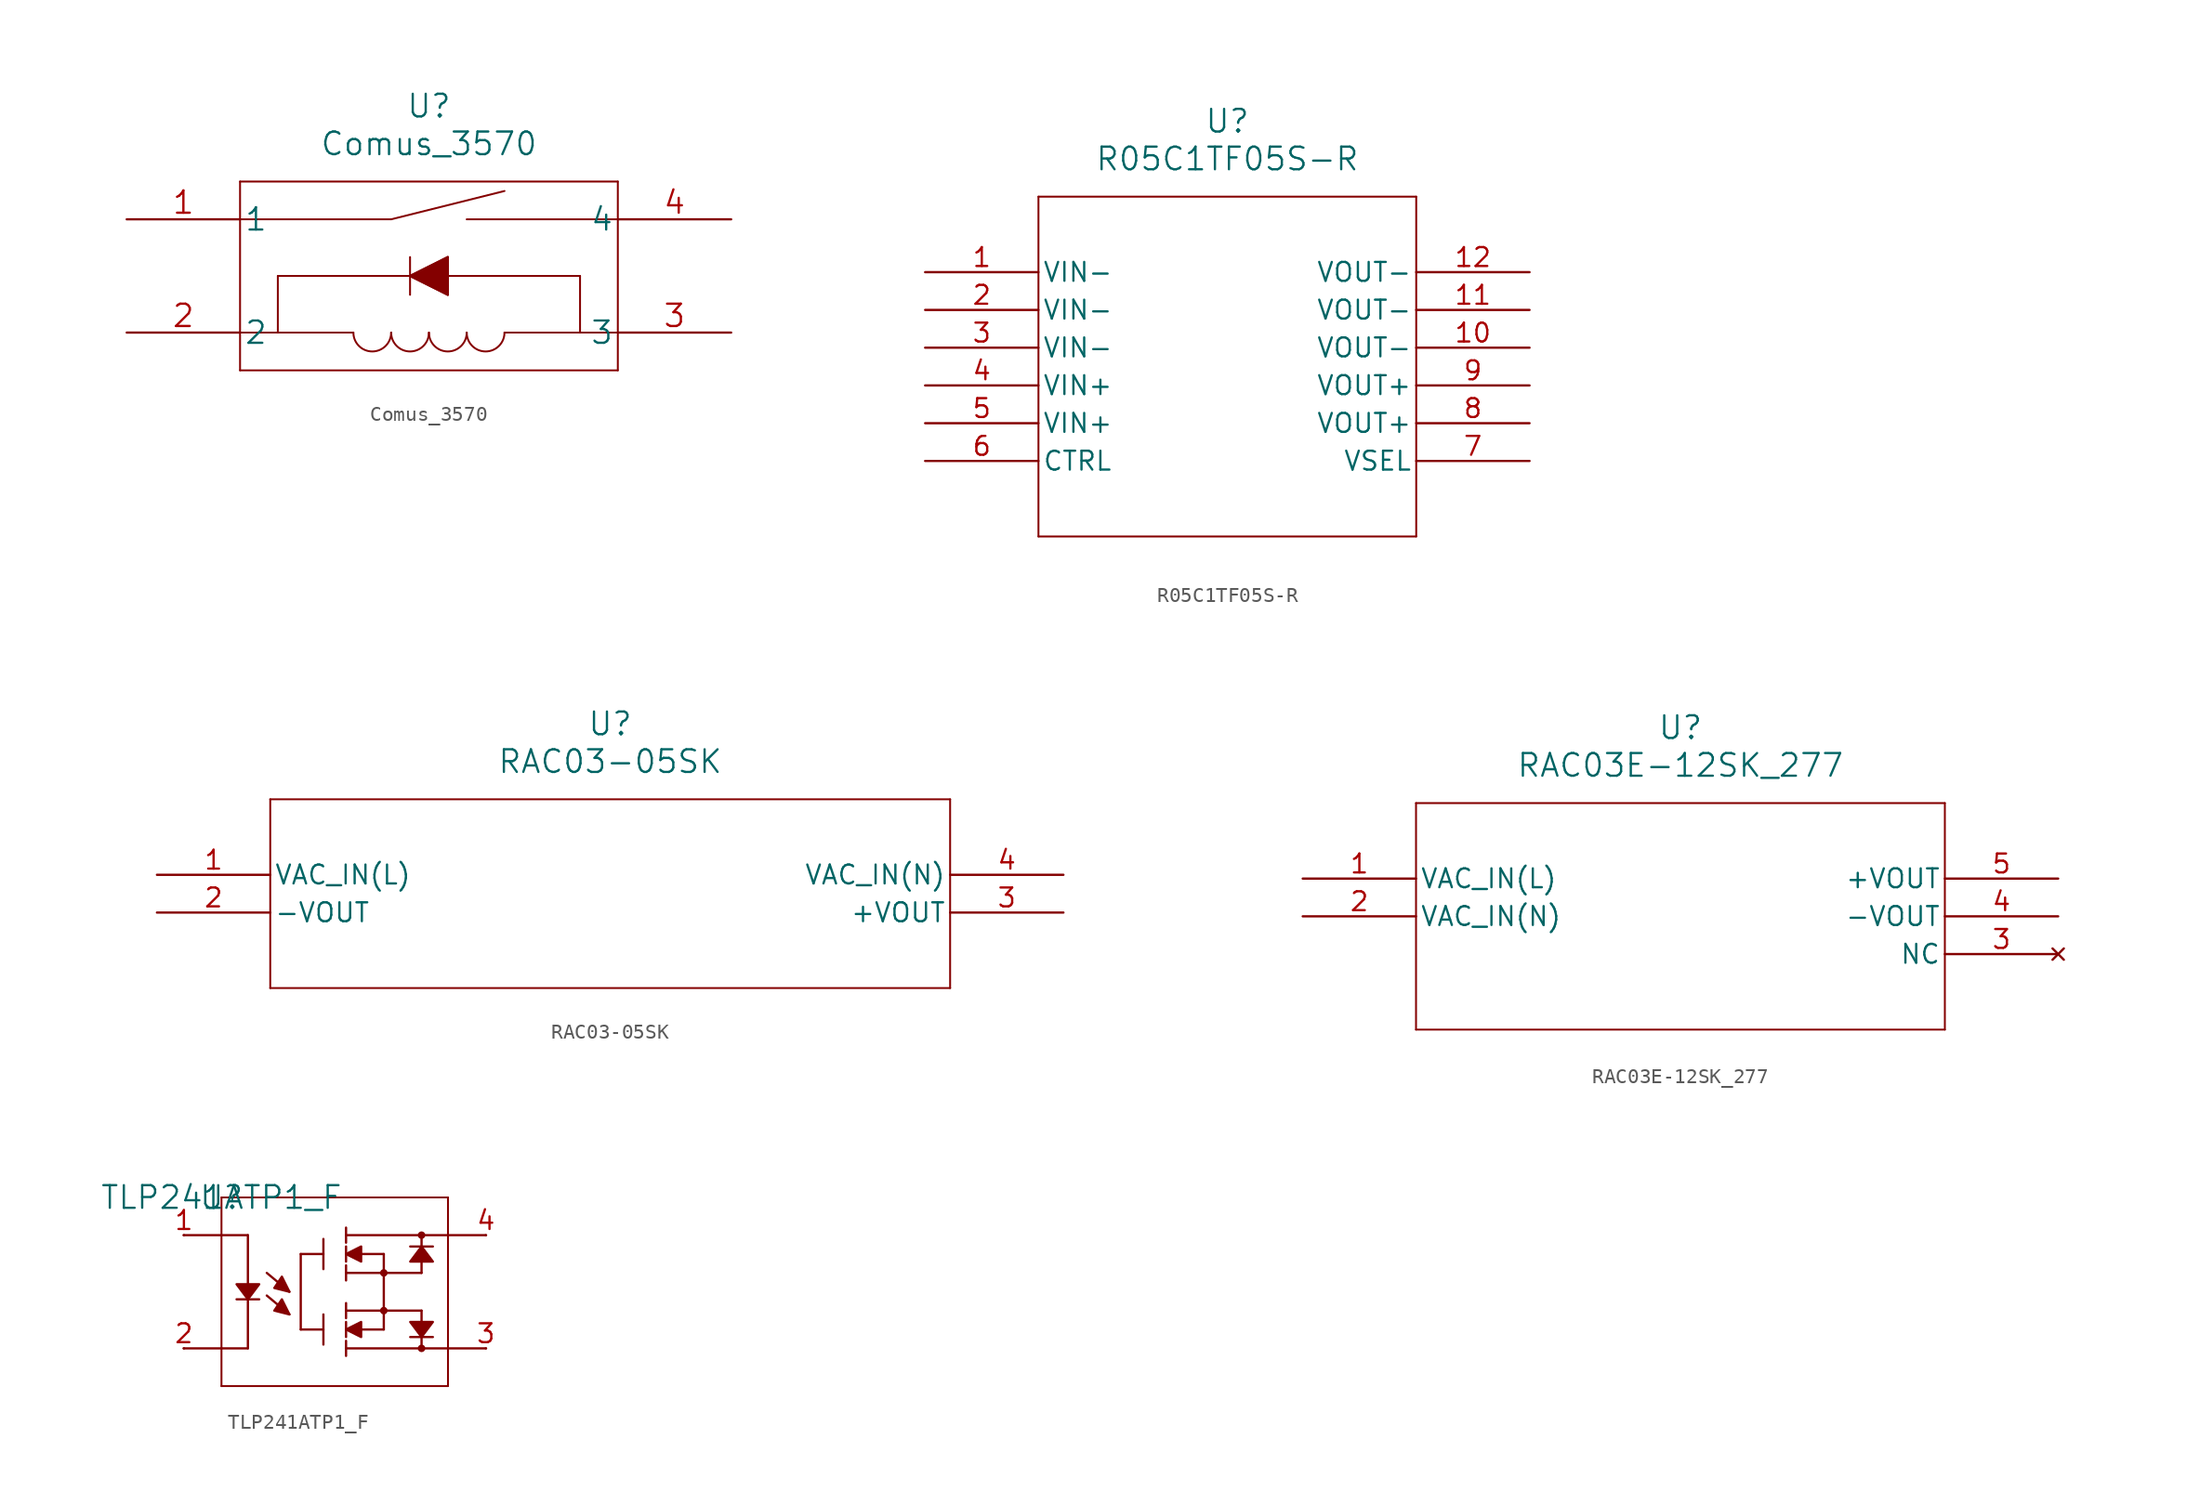
<source format=kicad_sym>
(kicad_symbol_lib
  (version 20211014)
  (generator kicad_symbol_editor)
  (symbol "Comus_3570"
    (pin_names
      (offset 0.254))
    (property "Reference" "U"
      (at 20.32 10.16 0)
      (effects (font (size 1.524 1.524))))
    (property "Value" "Comus_3570"
      (at 20.32 7.62 0)
      (effects (font (size 1.524 1.524))))
    (property "Datasheet" ""
      (at 0 0 0)
      (effects (font (size 1.524 1.524))))
    (symbol "Comus_3570_1_1"
      (polyline (pts (xy 7.62 -7.62) (xy 33.02 -7.62)) (stroke (width 0.127) (type default) (color 0 0 0 0)) (fill (type none)))
      (polyline (pts (xy 7.62 -5.08) (xy 15.24 -5.08)) (stroke (width 0.127) (type default) (color 0 0 0 0)) (fill (type none)))
      (polyline (pts (xy 7.62 2.54) (xy 17.78 2.54)) (stroke (width 0.127) (type default) (color 0 0 0 0)) (fill (type none)))
      (polyline (pts (xy 7.62 5.08) (xy 7.62 -7.62)) (stroke (width 0.127) (type default) (color 0 0 0 0)) (fill (type none)))
      (polyline (pts (xy 10.16 -5.08) (xy 10.16 -1.27)) (stroke (width 0.127) (type default) (color 0 0 0 0)) (fill (type none)))
      (polyline (pts (xy 17.78 2.54) (xy 25.4 4.445)) (stroke (width 0.127) (type default) (color 0 0 0 0)) (fill (type none)))
      (polyline (pts (xy 19.05 -1.27) (xy 10.16 -1.27)) (stroke (width 0.127) (type default) (color 0 0 0 0)) (fill (type none)))
      (polyline (pts (xy 19.05 0) (xy 19.05 -2.54)) (stroke (width 0.127) (type default) (color 0 0 0 0)) (fill (type none)))
      (polyline (pts (xy 21.59 -2.54) (xy 19.05 -1.27)) (stroke (width 0.127) (type default) (color 0 0 0 0)) (fill (type none)))
      (polyline (pts (xy 21.59 0) (xy 19.05 -1.27)) (stroke (width 0.127) (type default) (color 0 0 0 0)) (fill (type none)))
      (polyline (pts (xy 21.59 0) (xy 21.59 -2.54)) (stroke (width 0.127) (type default) (color 0 0 0 0)) (fill (type none)))
      (polyline (pts (xy 30.48 -5.08) (xy 30.48 -1.27)) (stroke (width 0.127) (type default) (color 0 0 0 0)) (fill (type none)))
      (polyline (pts (xy 30.48 -1.27) (xy 21.59 -1.27)) (stroke (width 0.127) (type default) (color 0 0 0 0)) (fill (type none)))
      (polyline (pts (xy 33.02 -7.62) (xy 33.02 5.08)) (stroke (width 0.127) (type default) (color 0 0 0 0)) (fill (type none)))
      (polyline (pts (xy 33.02 -5.08) (xy 25.4 -5.08)) (stroke (width 0.127) (type default) (color 0 0 0 0)) (fill (type none)))
      (polyline (pts (xy 33.02 2.54) (xy 22.86 2.54)) (stroke (width 0.127) (type default) (color 0 0 0 0)) (fill (type none)))
      (polyline (pts (xy 33.02 5.08) (xy 7.62 5.08)) (stroke (width 0.127) (type default) (color 0 0 0 0)) (fill (type none)))
      (polyline (pts (xy 19.05 -1.27) (xy 21.59 0) (xy 21.59 -2.54) (xy 19.05 -1.27)) (stroke (width 0) (type default) (color 0 0 0 0)) (fill (type outline)))
      (arc (start 15.24 -5.08) (mid 16.51 -6.35) (end 17.78 -5.08) (stroke (width 0.127) (type default) (color 0 0 0 0)) (fill (type none)))
      (arc (start 17.78 -5.08) (mid 19.05 -6.35) (end 20.32 -5.08) (stroke (width 0.127) (type default) (color 0 0 0 0)) (fill (type none)))
      (arc (start 20.32 -5.08) (mid 21.59 -6.35) (end 22.86 -5.08) (stroke (width 0.127) (type default) (color 0 0 0 0)) (fill (type none)))
      (arc (start 22.86 -5.08) (mid 24.13 -6.35) (end 25.4 -5.08) (stroke (width 0.127) (type default) (color 0 0 0 0)) (fill (type none)))
      (pin unspecified line (at 0 2.54 0) (length 7.62) (name "1" (effects (font (size 1.499 1.499)))) (number "1" (effects (font (size 1.499 1.499)))))
      (pin unspecified line (at 0 -5.08 0) (length 7.62) (name "2" (effects (font (size 1.499 1.499)))) (number "2" (effects (font (size 1.499 1.499)))))
      (pin unspecified line (at 40.64 -5.08 180) (length 7.62) (name "3" (effects (font (size 1.499 1.499)))) (number "3" (effects (font (size 1.499 1.499)))))
      (pin unspecified line (at 40.64 2.54 180) (length 7.62) (name "4" (effects (font (size 1.499 1.499)))) (number "4" (effects (font (size 1.499 1.499)))))))
  (symbol "R05C1TF05S-R"
    (pin_names
      (offset 0.254))
    (property "Reference" "U"
      (at 20.32 10.16 0)
      (effects (font (size 1.524 1.524))))
    (property "Value" "R05C1TF05S-R"
      (at 20.32 7.62 0)
      (effects (font (size 1.524 1.524))))
    (symbol "R05C1TF05S-R_0_1"
      (polyline (pts (xy 7.62 -17.78) (xy 33.02 -17.78)) (stroke (width 0.127) (type default) (color 0 0 0 0)) (fill (type none)))
      (polyline (pts (xy 7.62 5.08) (xy 7.62 -17.78)) (stroke (width 0.127) (type default) (color 0 0 0 0)) (fill (type none)))
      (polyline (pts (xy 33.02 -17.78) (xy 33.02 5.08)) (stroke (width 0.127) (type default) (color 0 0 0 0)) (fill (type none)))
      (polyline (pts (xy 33.02 5.08) (xy 7.62 5.08)) (stroke (width 0.127) (type default) (color 0 0 0 0)) (fill (type none)))
      (pin power_in line (at 0 0 0) (length 7.62) (name "VIN-" (effects (font (size 1.27 1.27)))) (number "1" (effects (font (size 1.27 1.27)))))
      (pin power_in line (at 40.64 -5.08 180) (length 7.62) (name "VOUT-" (effects (font (size 1.27 1.27)))) (number "10" (effects (font (size 1.27 1.27)))))
      (pin power_in line (at 40.64 -2.54 180) (length 7.62) (name "VOUT-" (effects (font (size 1.27 1.27)))) (number "11" (effects (font (size 1.27 1.27)))))
      (pin power_in line (at 40.64 0 180) (length 7.62) (name "VOUT-" (effects (font (size 1.27 1.27)))) (number "12" (effects (font (size 1.27 1.27)))))
      (pin power_in line (at 0 -2.54 0) (length 7.62) (name "VIN-" (effects (font (size 1.27 1.27)))) (number "2" (effects (font (size 1.27 1.27)))))
      (pin power_in line (at 0 -5.08 0) (length 7.62) (name "VIN-" (effects (font (size 1.27 1.27)))) (number "3" (effects (font (size 1.27 1.27)))))
      (pin power_in line (at 0 -7.62 0) (length 7.62) (name "VIN+" (effects (font (size 1.27 1.27)))) (number "4" (effects (font (size 1.27 1.27)))))
      (pin power_in line (at 0 -10.16 0) (length 7.62) (name "VIN+" (effects (font (size 1.27 1.27)))) (number "5" (effects (font (size 1.27 1.27)))))
      (pin unspecified line (at 0 -12.7 0) (length 7.62) (name "CTRL" (effects (font (size 1.27 1.27)))) (number "6" (effects (font (size 1.27 1.27)))))
      (pin unspecified line (at 40.64 -12.7 180) (length 7.62) (name "VSEL" (effects (font (size 1.27 1.27)))) (number "7" (effects (font (size 1.27 1.27)))))
      (pin power_in line (at 40.64 -10.16 180) (length 7.62) (name "VOUT+" (effects (font (size 1.27 1.27)))) (number "8" (effects (font (size 1.27 1.27)))))
      (pin power_in line (at 40.64 -7.62 180) (length 7.62) (name "VOUT+" (effects (font (size 1.27 1.27)))) (number "9" (effects (font (size 1.27 1.27)))))))
  (symbol "RAC03-05SK"
    (pin_names
      (offset 0.254))
    (property "Reference" "U"
      (at 30.48 10.16 0)
      (effects (font (size 1.524 1.524))))
    (property "Value" "RAC03-05SK"
      (at 30.48 7.62 0)
      (effects (font (size 1.524 1.524))))
    (property "ki_locked" ""
      (at 0 0 0)
      (effects (font (size 1.27 1.27))))
    (symbol "RAC03-05SK_0_1"
      (polyline (pts (xy 7.62 -7.62) (xy 53.34 -7.62)) (stroke (width 0.127) (type default) (color 0 0 0 0)) (fill (type none)))
      (polyline (pts (xy 7.62 5.08) (xy 7.62 -7.62)) (stroke (width 0.127) (type default) (color 0 0 0 0)) (fill (type none)))
      (polyline (pts (xy 53.34 -7.62) (xy 53.34 5.08)) (stroke (width 0.127) (type default) (color 0 0 0 0)) (fill (type none)))
      (polyline (pts (xy 53.34 5.08) (xy 7.62 5.08)) (stroke (width 0.127) (type default) (color 0 0 0 0)) (fill (type none)))
      (pin power_in line (at 0 0 0) (length 7.62) (name "VAC_IN(L)" (effects (font (size 1.27 1.27)))) (number "1" (effects (font (size 1.27 1.27)))))
      (pin output line (at 0 -2.54 0) (length 7.62) (name "-VOUT" (effects (font (size 1.27 1.27)))) (number "2" (effects (font (size 1.27 1.27)))))
      (pin output line (at 60.96 -2.54 180) (length 7.62) (name "+VOUT" (effects (font (size 1.27 1.27)))) (number "3" (effects (font (size 1.27 1.27)))))
      (pin power_in line (at 60.96 0 180) (length 7.62) (name "VAC_IN(N)" (effects (font (size 1.27 1.27)))) (number "4" (effects (font (size 1.27 1.27)))))))
  (symbol "RAC03E-12SK_277"
    (pin_names
      (offset 0.254))
    (property "Reference" "U"
      (at 25.4 10.16 0)
      (effects (font (size 1.524 1.524))))
    (property "Value" "RAC03E-12SK_277"
      (at 25.4 7.62 0)
      (effects (font (size 1.524 1.524))))
    (property "ki_locked" ""
      (at 0 0 0)
      (effects (font (size 1.27 1.27))))
    (symbol "RAC03E-12SK_277_0_1"
      (polyline (pts (xy 7.62 -10.16) (xy 43.18 -10.16)) (stroke (width 0.127) (type default) (color 0 0 0 0)) (fill (type none)))
      (polyline (pts (xy 7.62 5.08) (xy 7.62 -10.16)) (stroke (width 0.127) (type default) (color 0 0 0 0)) (fill (type none)))
      (polyline (pts (xy 43.18 -10.16) (xy 43.18 5.08)) (stroke (width 0.127) (type default) (color 0 0 0 0)) (fill (type none)))
      (polyline (pts (xy 43.18 5.08) (xy 7.62 5.08)) (stroke (width 0.127) (type default) (color 0 0 0 0)) (fill (type none)))
      (pin power_in line (at 0 0 0) (length 7.62) (name "VAC_IN(L)" (effects (font (size 1.27 1.27)))) (number "1" (effects (font (size 1.27 1.27)))))
      (pin power_in line (at 0 -2.54 0) (length 7.62) (name "VAC_IN(N)" (effects (font (size 1.27 1.27)))) (number "2" (effects (font (size 1.27 1.27)))))
      (pin no_connect line (at 50.8 -5.08 180) (length 7.62) (name "NC" (effects (font (size 1.27 1.27)))) (number "3" (effects (font (size 1.27 1.27)))))
      (pin output line (at 50.8 -2.54 180) (length 7.62) (name "-VOUT" (effects (font (size 1.27 1.27)))) (number "4" (effects (font (size 1.27 1.27)))))
      (pin output line (at 50.8 0 180) (length 7.62) (name "+VOUT" (effects (font (size 1.27 1.27)))) (number "5" (effects (font (size 1.27 1.27)))))))
  (symbol "TLP241ATP1_F"
    (pin_names
      (offset 0.254) hide)
    (property "Reference" "U"
      (at 0 0 0)
      (effects (font (size 1.524 1.524))))
    (property "Value" "TLP241ATP1_F"
      (at 0 0 0)
      (effects (font (size 1.524 1.524))))
    (symbol "TLP241ATP1_F_0_1"
      (polyline (pts (xy -2.54 -10.16) (xy 0 -10.16)) (stroke (width 0) (type default) (color 0 0 0 0)) (fill (type none)))
      (polyline (pts (xy -2.54 -2.54) (xy 0 -2.54)) (stroke (width 0) (type default) (color 0 0 0 0)) (fill (type none)))
      (polyline (pts (xy 0 -12.7) (xy 0 0)) (stroke (width 0.127) (type default) (color 0 0 0 0)) (fill (type none)))
      (polyline (pts (xy 0 0) (xy 15.24 0)) (stroke (width 0.127) (type default) (color 0 0 0 0)) (fill (type none)))
      (polyline (pts (xy 1.016 -6.858) (xy 2.54 -6.858)) (stroke (width 0) (type default) (color 0 0 0 0)) (fill (type none)))
      (polyline (pts (xy 1.778 -10.16) (xy 0 -10.16)) (stroke (width 0) (type default) (color 0 0 0 0)) (fill (type none)))
      (polyline (pts (xy 1.778 -10.16) (xy 1.778 -6.858)) (stroke (width 0) (type default) (color 0 0 0 0)) (fill (type none)))
      (polyline (pts (xy 1.778 -2.54) (xy 0 -2.54)) (stroke (width 0) (type default) (color 0 0 0 0)) (fill (type none)))
      (polyline (pts (xy 1.778 -2.54) (xy 1.778 -5.842)) (stroke (width 0) (type default) (color 0 0 0 0)) (fill (type none)))
      (polyline (pts (xy 4.572 -7.874) (xy 3.048 -6.604)) (stroke (width 0) (type default) (color 0 0 0 0)) (fill (type none)))
      (polyline (pts (xy 4.572 -6.35) (xy 3.048 -5.08)) (stroke (width 0) (type default) (color 0 0 0 0)) (fill (type none)))
      (polyline (pts (xy 5.334 -3.81) (xy 5.334 -8.89)) (stroke (width 0) (type default) (color 0 0 0 0)) (fill (type none)))
      (polyline (pts (xy 6.858 -8.89) (xy 5.334 -8.89)) (stroke (width 0) (type default) (color 0 0 0 0)) (fill (type none)))
      (polyline (pts (xy 6.858 -7.874) (xy 6.858 -9.906)) (stroke (width 0) (type default) (color 0 0 0 0)) (fill (type none)))
      (polyline (pts (xy 6.858 -3.81) (xy 5.334 -3.81)) (stroke (width 0) (type default) (color 0 0 0 0)) (fill (type none)))
      (polyline (pts (xy 6.858 -2.794) (xy 6.858 -4.826)) (stroke (width 0) (type default) (color 0 0 0 0)) (fill (type none)))
      (polyline (pts (xy 8.382 -10.16) (xy 15.24 -10.16)) (stroke (width 0) (type default) (color 0 0 0 0)) (fill (type none)))
      (polyline (pts (xy 8.382 -9.652) (xy 8.382 -10.668)) (stroke (width 0) (type default) (color 0 0 0 0)) (fill (type none)))
      (polyline (pts (xy 8.382 -8.382) (xy 8.382 -9.398)) (stroke (width 0) (type default) (color 0 0 0 0)) (fill (type none)))
      (polyline (pts (xy 8.382 -7.62) (xy 13.462 -7.62)) (stroke (width 0) (type default) (color 0 0 0 0)) (fill (type none)))
      (polyline (pts (xy 8.382 -7.112) (xy 8.382 -8.128)) (stroke (width 0) (type default) (color 0 0 0 0)) (fill (type none)))
      (polyline (pts (xy 8.382 -5.08) (xy 13.462 -5.08)) (stroke (width 0) (type default) (color 0 0 0 0)) (fill (type none)))
      (polyline (pts (xy 8.382 -4.572) (xy 8.382 -5.588)) (stroke (width 0) (type default) (color 0 0 0 0)) (fill (type none)))
      (polyline (pts (xy 8.382 -3.302) (xy 8.382 -4.318)) (stroke (width 0) (type default) (color 0 0 0 0)) (fill (type none)))
      (polyline (pts (xy 8.382 -2.54) (xy 15.24 -2.54)) (stroke (width 0) (type default) (color 0 0 0 0)) (fill (type none)))
      (polyline (pts (xy 8.382 -2.032) (xy 8.382 -3.048)) (stroke (width 0) (type default) (color 0 0 0 0)) (fill (type none)))
      (polyline (pts (xy 9.398 -8.89) (xy 10.922 -8.89)) (stroke (width 0) (type default) (color 0 0 0 0)) (fill (type none)))
      (polyline (pts (xy 9.398 -3.81) (xy 10.922 -3.81)) (stroke (width 0) (type default) (color 0 0 0 0)) (fill (type none)))
      (polyline (pts (xy 10.922 -3.81) (xy 10.922 -8.89)) (stroke (width 0) (type default) (color 0 0 0 0)) (fill (type none)))
      (polyline (pts (xy 12.7 -9.398) (xy 14.224 -9.398)) (stroke (width 0) (type default) (color 0 0 0 0)) (fill (type none)))
      (polyline (pts (xy 12.7 -3.302) (xy 14.224 -3.302)) (stroke (width 0) (type default) (color 0 0 0 0)) (fill (type none)))
      (polyline (pts (xy 13.462 -9.398) (xy 13.462 -10.16)) (stroke (width 0) (type default) (color 0 0 0 0)) (fill (type none)))
      (polyline (pts (xy 13.462 -7.62) (xy 13.462 -8.382)) (stroke (width 0) (type default) (color 0 0 0 0)) (fill (type none)))
      (polyline (pts (xy 13.462 -4.318) (xy 13.462 -5.08)) (stroke (width 0) (type default) (color 0 0 0 0)) (fill (type none)))
      (polyline (pts (xy 13.462 -2.54) (xy 13.462 -3.302)) (stroke (width 0) (type default) (color 0 0 0 0)) (fill (type none)))
      (polyline (pts (xy 15.24 -12.7) (xy 0 -12.7)) (stroke (width 0.127) (type default) (color 0 0 0 0)) (fill (type none)))
      (polyline (pts (xy 15.24 0) (xy 15.24 -12.7)) (stroke (width 0.127) (type default) (color 0 0 0 0)) (fill (type none)))
      (polyline (pts (xy 17.78 -10.16) (xy 15.24 -10.16)) (stroke (width 0) (type default) (color 0 0 0 0)) (fill (type none)))
      (polyline (pts (xy 17.78 -2.54) (xy 15.24 -2.54)) (stroke (width 0) (type default) (color 0 0 0 0)) (fill (type none)))
      (polyline (pts (xy 1.016 -5.842) (xy 1.016 -5.842) (xy 2.54 -5.842) (xy 1.778 -6.858) (xy 1.016 -5.842)) (stroke (width 0) (type default) (color 0 0 0 0)) (fill (type outline)))
      (polyline (pts (xy 4.572 -7.874) (xy 4.572 -7.874) (xy 4.064 -6.858) (xy 3.556 -7.62) (xy 4.572 -7.874)) (stroke (width 0) (type default) (color 0 0 0 0)) (fill (type outline)))
      (polyline (pts (xy 4.572 -6.35) (xy 4.572 -6.35) (xy 4.064 -5.334) (xy 3.556 -6.096) (xy 4.572 -6.35)) (stroke (width 0) (type default) (color 0 0 0 0)) (fill (type outline)))
      (polyline (pts (xy 8.382 -8.89) (xy 8.382 -8.89) (xy 9.398 -8.382) (xy 9.398 -9.398) (xy 8.382 -8.89)) (stroke (width 0) (type default) (color 0 0 0 0)) (fill (type outline)))
      (polyline (pts (xy 8.382 -3.81) (xy 8.382 -3.81) (xy 9.398 -3.302) (xy 9.398 -4.318) (xy 8.382 -3.81)) (stroke (width 0) (type default) (color 0 0 0 0)) (fill (type outline)))
      (polyline (pts (xy 12.7 -8.382) (xy 12.7 -8.382) (xy 14.224 -8.382) (xy 13.462 -9.398) (xy 12.7 -8.382)) (stroke (width 0) (type default) (color 0 0 0 0)) (fill (type outline)))
      (polyline (pts (xy 13.462 -3.302) (xy 13.462 -3.302) (xy 12.7 -4.318) (xy 14.224 -4.318) (xy 13.462 -3.302)) (stroke (width 0) (type default) (color 0 0 0 0)) (fill (type outline)))
      (circle (center 10.922 -7.62) (radius 0.127) (stroke (width 0.254) (type default) (color 0 0 0 0)) (fill (type none)))
      (circle (center 10.922 -5.08) (radius 0.127) (stroke (width 0.254) (type default) (color 0 0 0 0)) (fill (type none)))
      (circle (center 13.462 -10.16) (radius 0.127) (stroke (width 0.254) (type default) (color 0 0 0 0)) (fill (type none)))
      (circle (center 13.462 -2.54) (radius 0.127) (stroke (width 0.254) (type default) (color 0 0 0 0)) (fill (type none)))
      (pin unspecified line (at -2.515 -2.54 180) (length 0.025) (name "1" (effects (font (size 1.27 1.27)))) (number "1" (effects (font (size 1.27 1.27)))))
      (pin unspecified line (at -2.515 -10.16 180) (length 0.025) (name "2" (effects (font (size 1.27 1.27)))) (number "2" (effects (font (size 1.27 1.27)))))
      (pin unspecified line (at 17.805 -10.16 180) (length 0.025) (name "3" (effects (font (size 1.27 1.27)))) (number "3" (effects (font (size 1.27 1.27)))))
      (pin unspecified line (at 17.805 -2.54 180) (length 0.025) (name "4" (effects (font (size 1.27 1.27)))) (number "4" (effects (font (size 1.27 1.27))))))))
</source>
